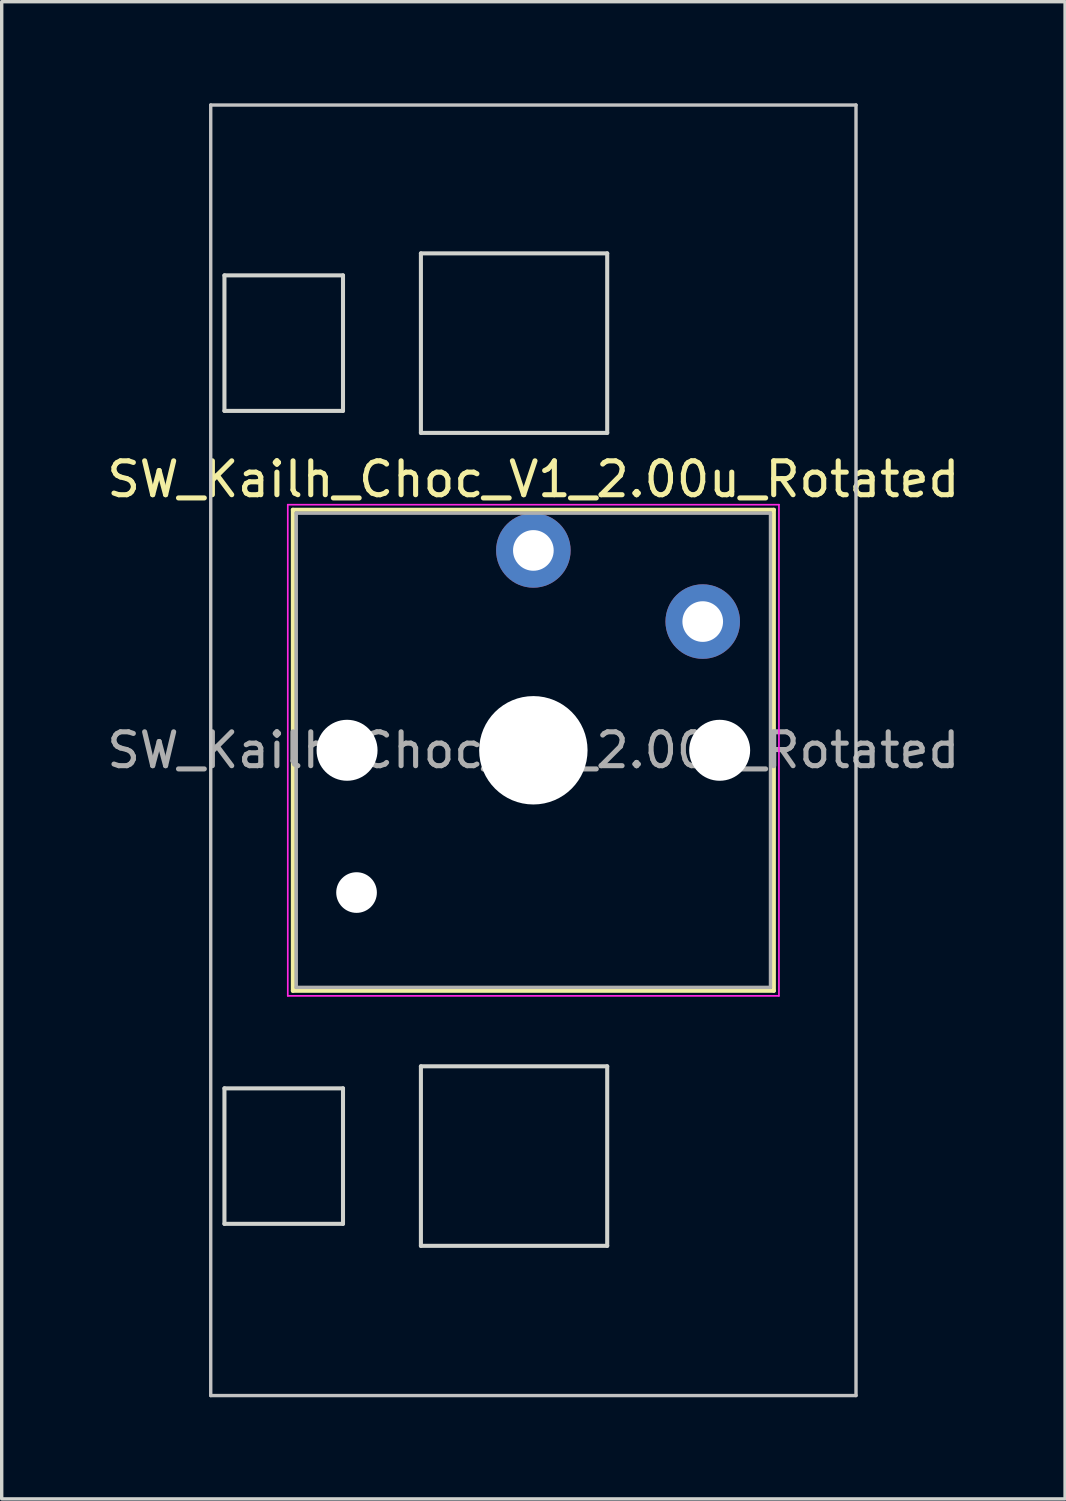
<source format=kicad_pcb>
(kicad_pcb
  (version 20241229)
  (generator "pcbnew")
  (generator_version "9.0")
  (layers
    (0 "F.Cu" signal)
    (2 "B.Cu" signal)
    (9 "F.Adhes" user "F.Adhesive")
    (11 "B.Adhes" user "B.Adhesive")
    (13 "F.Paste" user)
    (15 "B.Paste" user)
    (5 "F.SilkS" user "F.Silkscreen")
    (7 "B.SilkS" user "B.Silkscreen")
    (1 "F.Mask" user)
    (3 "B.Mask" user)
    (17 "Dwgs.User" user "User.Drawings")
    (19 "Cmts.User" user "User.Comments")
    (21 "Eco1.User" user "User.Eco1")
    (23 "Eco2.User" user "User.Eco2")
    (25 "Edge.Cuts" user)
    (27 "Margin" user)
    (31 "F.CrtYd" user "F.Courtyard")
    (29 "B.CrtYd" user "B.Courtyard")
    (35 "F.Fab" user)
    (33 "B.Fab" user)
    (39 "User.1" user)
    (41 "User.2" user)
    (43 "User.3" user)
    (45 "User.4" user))
  (footprint "SW_Kailh_Choc_V1_2.00u_Rotated"
    (layer "F.Cu")
    (at 12.696 19.1)
    (property "Reference" "SW_Kailh_Choc_V1_2.00u_Rotated" (at 0 -8 0) (layer "F.SilkS") (effects (font (size 1 1) (thickness 0.15))))
    (attr through_hole)
    (fp_line (start -7.1 -7.1) (end -7.1 7.1) (stroke (width 0.12) (type solid)) (layer "F.SilkS"))
    (fp_line (start -7.1 7.1) (end 7.1 7.1) (stroke (width 0.12) (type solid)) (layer "F.SilkS"))
    (fp_line (start 7.1 -7.1) (end -7.1 -7.1) (stroke (width 0.12) (type solid)) (layer "F.SilkS"))
    (fp_line (start 7.1 7.1) (end 7.1 -7.1) (stroke (width 0.12) (type solid)) (layer "F.SilkS"))
    (fp_line (start -9.525 -19.05) (end -9.525 19.05) (stroke (width 0.1) (type solid)) (layer "Dwgs.User"))
    (fp_line (start -9.525 -19.05) (end 9.525 -19.05) (stroke (width 0.1) (type solid)) (layer "Dwgs.User"))
    (fp_line (start -9.525 19.05) (end 9.525 19.05) (stroke (width 0.1) (type solid)) (layer "Dwgs.User"))
    (fp_line (start 9.525 -19.05) (end 9.525 19.05) (stroke (width 0.1) (type solid)) (layer "Dwgs.User"))
    (fp_line (start -9.12 -10.02) (end -9.12 -14.02) (stroke (width 0.12) (type solid)) (layer "Edge.Cuts"))
    (fp_line (start -9.12 -10.02) (end -5.62 -10.02) (stroke (width 0.12) (type solid)) (layer "Edge.Cuts"))
    (fp_line (start -9.12 13.98) (end -9.12 9.98) (stroke (width 0.12) (type solid)) (layer "Edge.Cuts"))
    (fp_line (start -9.12 13.98) (end -5.62 13.98) (stroke (width 0.12) (type solid)) (layer "Edge.Cuts"))
    (fp_line (start -5.62 -14.02) (end -9.12 -14.02) (stroke (width 0.12) (type solid)) (layer "Edge.Cuts"))
    (fp_line (start -5.62 -10.02) (end -5.62 -14.02) (stroke (width 0.12) (type solid)) (layer "Edge.Cuts"))
    (fp_line (start -5.62 9.98) (end -9.12 9.98) (stroke (width 0.12) (type solid)) (layer "Edge.Cuts"))
    (fp_line (start -5.62 13.98) (end -5.62 9.98) (stroke (width 0.12) (type solid)) (layer "Edge.Cuts"))
    (fp_line (start -3.32 -9.37) (end -3.32 -14.67) (stroke (width 0.12) (type solid)) (layer "Edge.Cuts"))
    (fp_line (start -3.32 -9.37) (end 2.18 -9.37) (stroke (width 0.12) (type solid)) (layer "Edge.Cuts"))
    (fp_line (start -3.32 14.63) (end -3.32 9.33) (stroke (width 0.12) (type solid)) (layer "Edge.Cuts"))
    (fp_line (start -3.32 14.63) (end 2.18 14.63) (stroke (width 0.12) (type solid)) (layer "Edge.Cuts"))
    (fp_line (start 2.18 -14.67) (end -3.32 -14.67) (stroke (width 0.12) (type solid)) (layer "Edge.Cuts"))
    (fp_line (start 2.18 -9.37) (end 2.18 -14.67) (stroke (width 0.12) (type solid)) (layer "Edge.Cuts"))
    (fp_line (start 2.18 9.33) (end -3.32 9.33) (stroke (width 0.12) (type solid)) (layer "Edge.Cuts"))
    (fp_line (start 2.18 14.63) (end 2.18 9.33) (stroke (width 0.12) (type solid)) (layer "Edge.Cuts"))
    (fp_line (start -7.25 -7.25) (end -7.25 7.25) (stroke (width 0.05) (type solid)) (layer "F.CrtYd"))
    (fp_line (start -7.25 7.25) (end 7.25 7.25) (stroke (width 0.05) (type solid)) (layer "F.CrtYd"))
    (fp_line (start 7.25 -7.25) (end -7.25 -7.25) (stroke (width 0.05) (type solid)) (layer "F.CrtYd"))
    (fp_line (start 7.25 7.25) (end 7.25 -7.25) (stroke (width 0.05) (type solid)) (layer "F.CrtYd"))
    (fp_line (start -7 -7) (end -7 7) (stroke (width 0.1) (type solid)) (layer "F.Fab"))
    (fp_line (start -7 7) (end 7 7) (stroke (width 0.1) (type solid)) (layer "F.Fab"))
    (fp_line (start 7 -7) (end -7 -7) (stroke (width 0.1) (type solid)) (layer "F.Fab"))
    (fp_line (start 7 7) (end 7 -7) (stroke (width 0.1) (type solid)) (layer "F.Fab"))
    (fp_text user "${REFERENCE}" (at 0 0 0) (layer "F.Fab") (effects (font (size 1 1) (thickness 0.15))))
    (pad "" np_thru_hole circle (at -5.5 0) (size 1.8 1.8) (drill 1.8) (layers "*.Cu" "*.Mask"))
    (pad "" np_thru_hole circle (at -5.22 4.2) (size 1.2 1.2) (drill 1.2) (layers "*.Cu" "*.Mask"))
    (pad "" np_thru_hole circle (at 0 0) (size 3.2 3.2) (drill 3.2) (layers "*.Cu" "*.Mask"))
    (pad "" np_thru_hole circle (at 5.5 0) (size 1.8 1.8) (drill 1.8) (layers "*.Cu" "*.Mask"))
    (pad "1" thru_hole circle (at 0 -5.9) (size 2.2 2.2) (drill 1.2) (layers "*.Cu" "B.Mask"))
    (pad "2" thru_hole circle (at 5 -3.8) (size 2.2 2.2) (drill 1.2) (layers "*.Cu" "B.Mask")))
  (gr_rect
    (start -3 -3)
    (end 28.393 41.2)
    (stroke (width 0.1) (type default))
    (fill no)
    (layer "Edge.Cuts")))
</source>
